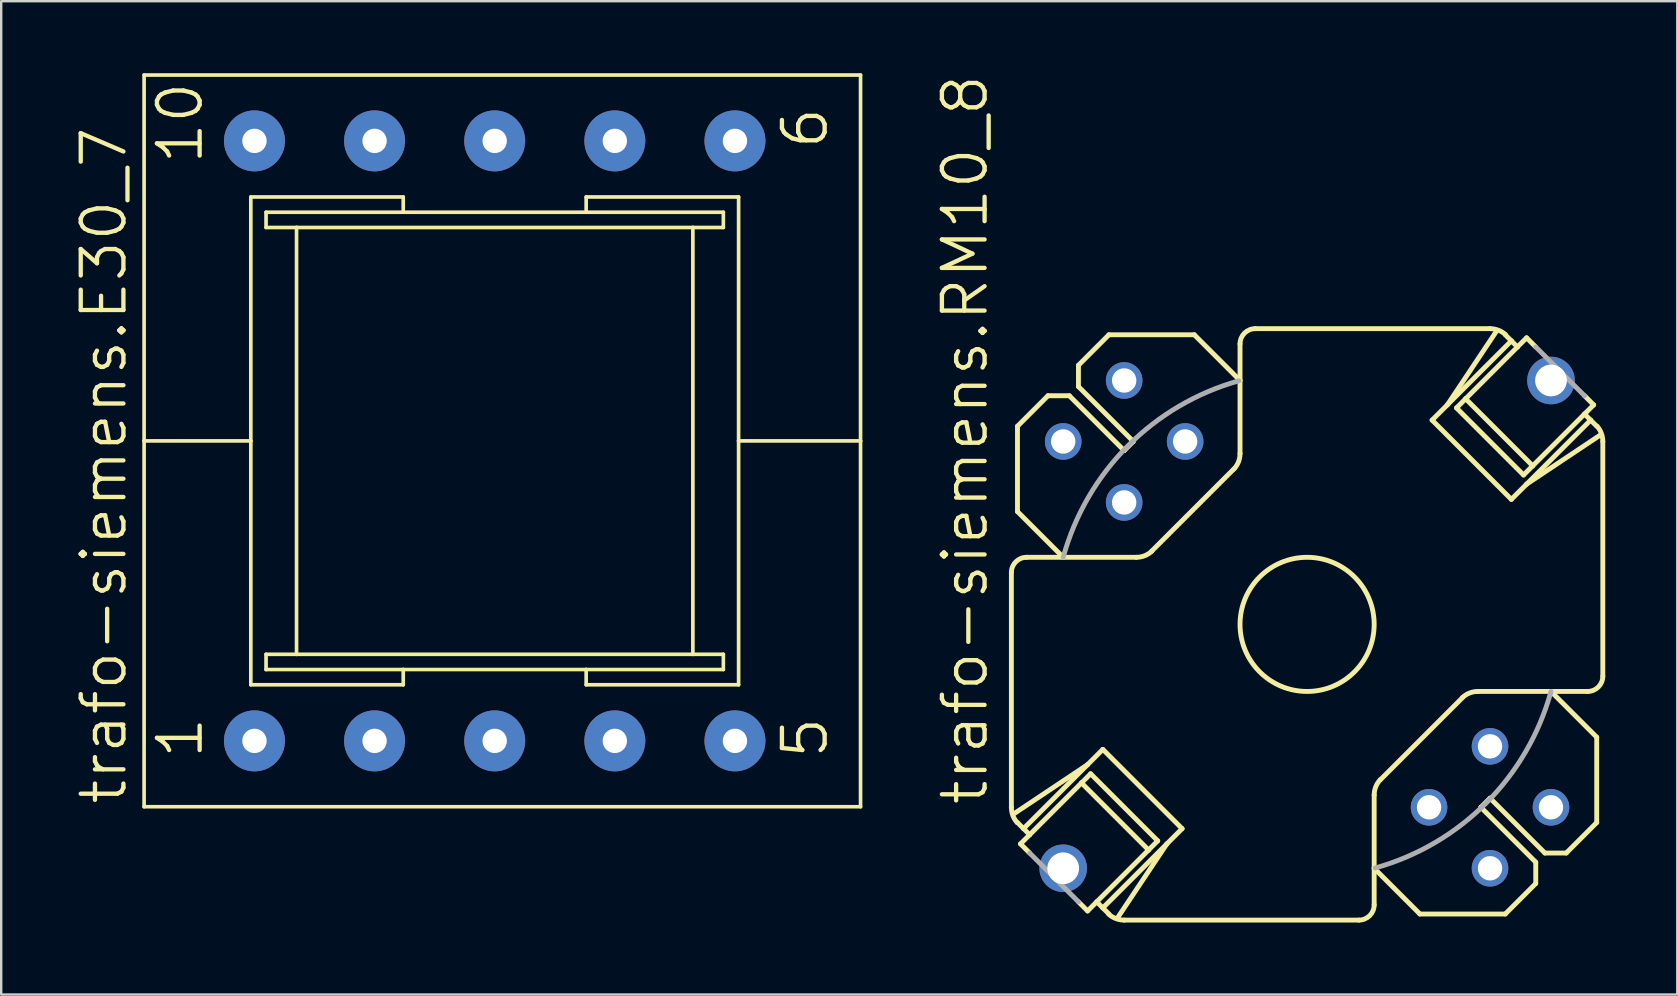
<source format=kicad_pcb>
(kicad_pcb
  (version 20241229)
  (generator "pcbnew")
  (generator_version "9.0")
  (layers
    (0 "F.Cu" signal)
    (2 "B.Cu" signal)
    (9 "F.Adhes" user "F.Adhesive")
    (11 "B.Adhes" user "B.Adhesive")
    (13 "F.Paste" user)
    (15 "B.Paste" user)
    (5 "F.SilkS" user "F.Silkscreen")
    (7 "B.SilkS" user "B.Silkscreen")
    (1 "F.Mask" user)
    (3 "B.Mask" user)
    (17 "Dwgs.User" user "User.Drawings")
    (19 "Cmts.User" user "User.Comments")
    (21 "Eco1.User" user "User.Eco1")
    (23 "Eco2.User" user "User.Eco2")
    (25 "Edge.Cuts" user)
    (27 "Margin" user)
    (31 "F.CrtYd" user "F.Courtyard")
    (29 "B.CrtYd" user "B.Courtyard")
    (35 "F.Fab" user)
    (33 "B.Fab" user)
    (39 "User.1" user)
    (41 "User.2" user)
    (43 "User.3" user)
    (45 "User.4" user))
  (footprint "trafo-siemens.E30_7"
    (layer "F.Cu")
    (at 17.558 15.316)
    (property "Reference" "trafo-siemens.E30_7" (at -15.24 15.24 90) (layer "F.SilkS") (effects (font (size 1.778 1.778) (thickness 0.18)) (justify left bottom)))
    (attr through_hole)
    (fp_line (start -14.605 -15.24) (end 15.24 -15.24) (stroke (width 0.152) (type default)) (layer "F.SilkS"))
    (fp_line (start -14.605 0) (end -14.605 -15.24) (stroke (width 0.152) (type default)) (layer "F.SilkS"))
    (fp_line (start -14.605 15.24) (end -14.605 0) (stroke (width 0.152) (type default)) (layer "F.SilkS"))
    (fp_line (start -10.16 -10.16) (end -10.16 0) (stroke (width 0.152) (type default)) (layer "F.SilkS"))
    (fp_line (start -10.16 -10.16) (end -3.81 -10.16) (stroke (width 0.152) (type default)) (layer "F.SilkS"))
    (fp_line (start -10.16 0) (end -14.605 0) (stroke (width 0.152) (type default)) (layer "F.SilkS"))
    (fp_line (start -10.16 0) (end -10.16 10.16) (stroke (width 0.152) (type default)) (layer "F.SilkS"))
    (fp_line (start -9.525 -9.525) (end -9.525 -8.89) (stroke (width 0.152) (type default)) (layer "F.SilkS"))
    (fp_line (start -9.525 -8.89) (end -8.255 -8.89) (stroke (width 0.152) (type default)) (layer "F.SilkS"))
    (fp_line (start -9.525 9.525) (end -9.525 8.89) (stroke (width 0.152) (type default)) (layer "F.SilkS"))
    (fp_line (start -9.525 9.525) (end -3.81 9.525) (stroke (width 0.152) (type default)) (layer "F.SilkS"))
    (fp_line (start -8.255 -8.89) (end -8.255 8.89) (stroke (width 0.152) (type default)) (layer "F.SilkS"))
    (fp_line (start -8.255 -8.89) (end 8.255 -8.89) (stroke (width 0.152) (type default)) (layer "F.SilkS"))
    (fp_line (start -8.255 8.89) (end -9.525 8.89) (stroke (width 0.152) (type default)) (layer "F.SilkS"))
    (fp_line (start -3.81 -10.16) (end -3.81 -9.525) (stroke (width 0.152) (type default)) (layer "F.SilkS"))
    (fp_line (start -3.81 -9.525) (end -9.525 -9.525) (stroke (width 0.152) (type default)) (layer "F.SilkS"))
    (fp_line (start -3.81 9.525) (end 3.81 9.525) (stroke (width 0.152) (type default)) (layer "F.SilkS"))
    (fp_line (start -3.81 10.16) (end -10.16 10.16) (stroke (width 0.152) (type default)) (layer "F.SilkS"))
    (fp_line (start -3.81 10.16) (end -3.81 9.525) (stroke (width 0.152) (type default)) (layer "F.SilkS"))
    (fp_line (start 3.81 -10.16) (end 3.81 -9.525) (stroke (width 0.152) (type default)) (layer "F.SilkS"))
    (fp_line (start 3.81 -10.16) (end 10.16 -10.16) (stroke (width 0.152) (type default)) (layer "F.SilkS"))
    (fp_line (start 3.81 -9.525) (end -3.81 -9.525) (stroke (width 0.152) (type default)) (layer "F.SilkS"))
    (fp_line (start 3.81 9.525) (end 9.525 9.525) (stroke (width 0.152) (type default)) (layer "F.SilkS"))
    (fp_line (start 3.81 10.16) (end 3.81 9.525) (stroke (width 0.152) (type default)) (layer "F.SilkS"))
    (fp_line (start 8.255 -8.89) (end 8.255 8.89) (stroke (width 0.152) (type default)) (layer "F.SilkS"))
    (fp_line (start 8.255 -8.89) (end 9.525 -8.89) (stroke (width 0.152) (type default)) (layer "F.SilkS"))
    (fp_line (start 8.255 8.89) (end -8.255 8.89) (stroke (width 0.152) (type default)) (layer "F.SilkS"))
    (fp_line (start 9.525 -9.525) (end 3.81 -9.525) (stroke (width 0.152) (type default)) (layer "F.SilkS"))
    (fp_line (start 9.525 -9.525) (end 9.525 -8.89) (stroke (width 0.152) (type default)) (layer "F.SilkS"))
    (fp_line (start 9.525 8.89) (end 8.255 8.89) (stroke (width 0.152) (type default)) (layer "F.SilkS"))
    (fp_line (start 9.525 8.89) (end 9.525 9.525) (stroke (width 0.152) (type default)) (layer "F.SilkS"))
    (fp_line (start 10.16 0) (end 10.16 -10.16) (stroke (width 0.152) (type default)) (layer "F.SilkS"))
    (fp_line (start 10.16 0) (end 15.24 0) (stroke (width 0.152) (type default)) (layer "F.SilkS"))
    (fp_line (start 10.16 10.16) (end 3.81 10.16) (stroke (width 0.152) (type default)) (layer "F.SilkS"))
    (fp_line (start 10.16 10.16) (end 10.16 0) (stroke (width 0.152) (type default)) (layer "F.SilkS"))
    (fp_line (start 15.24 0) (end 15.24 -15.24) (stroke (width 0.152) (type default)) (layer "F.SilkS"))
    (fp_line (start 15.24 15.24) (end -14.605 15.24) (stroke (width 0.152) (type default)) (layer "F.SilkS"))
    (fp_line (start 15.24 15.24) (end 15.24 0) (stroke (width 0.152) (type default)) (layer "F.SilkS"))
    (fp_text user "6" (at 13.97 -12.065 90) (layer "F.SilkS") (effects (font (size 1.778 1.778) (thickness 0.18)) (justify left bottom)))
    (fp_text user "10" (at -12.065 -11.43 90) (layer "F.SilkS") (effects (font (size 1.778 1.778) (thickness 0.18)) (justify left bottom)))
    (fp_text user "1" (at -12.065 13.335 90) (layer "F.SilkS") (effects (font (size 1.778 1.778) (thickness 0.18)) (justify left bottom)))
    (fp_text user "5" (at 13.97 13.335 90) (layer "F.SilkS") (effects (font (size 1.778 1.778) (thickness 0.18)) (justify left bottom)))
    (pad "1" thru_hole circle (at -10.008 12.497) (size 2.54 2.54) (drill 1.016) (layers "*.Cu" "*.Mask"))
    (pad "2" thru_hole circle (at -5.004 12.497) (size 2.54 2.54) (drill 1.016) (layers "*.Cu" "*.Mask"))
    (pad "3" thru_hole circle (at 0 12.497) (size 2.54 2.54) (drill 1.016) (layers "*.Cu" "*.Mask"))
    (pad "4" thru_hole circle (at 5.004 12.497) (size 2.54 2.54) (drill 1.016) (layers "*.Cu" "*.Mask"))
    (pad "5" thru_hole circle (at 10.008 12.497) (size 2.54 2.54) (drill 1.016) (layers "*.Cu" "*.Mask"))
    (pad "6" thru_hole circle (at 10.008 -12.497) (size 2.54 2.54) (drill 1.016) (layers "*.Cu" "*.Mask"))
    (pad "7" thru_hole circle (at 5.004 -12.497) (size 2.54 2.54) (drill 1.016) (layers "*.Cu" "*.Mask"))
    (pad "8" thru_hole circle (at 0 -12.497) (size 2.54 2.54) (drill 1.016) (layers "*.Cu" "*.Mask"))
    (pad "9" thru_hole circle (at -5.004 -12.497) (size 2.54 2.54) (drill 1.016) (layers "*.Cu" "*.Mask"))
    (pad "10" thru_hole circle (at -10.008 -12.497) (size 2.54 2.54) (drill 1.016) (layers "*.Cu" "*.Mask")))
  (footprint "trafo-siemens.RM10_8"
    (layer "F.Cu")
    (at 51.4 22.96)
    (property "Reference" "trafo-siemens.RM10_8" (at -13.208 7.62 90) (layer "F.SilkS") (effects (font (size 1.778 1.778) (thickness 0.18)) (justify left bottom)))
    (attr through_hole)
    (fp_line (start -12.319 7.62) (end -12.319 -2.159) (stroke (width 0.203) (type default)) (layer "F.SilkS"))
    (fp_line (start -12.192 7.874) (end -9.144 5.842) (stroke (width 0.203) (type default)) (layer "F.SilkS"))
    (fp_line (start -12.065 -8.255) (end -12.065 -4.699) (stroke (width 0.203) (type default)) (layer "F.SilkS"))
    (fp_line (start -11.811 8.509) (end -12.065 8.255) (stroke (width 0.203) (type default)) (layer "F.SilkS"))
    (fp_line (start -11.811 8.509) (end -9.144 5.842) (stroke (width 0.203) (type default)) (layer "F.SilkS"))
    (fp_line (start -11.557 8.763) (end -11.938 9.144) (stroke (width 0.203) (type default)) (layer "F.SilkS"))
    (fp_line (start -11.557 8.763) (end -11.811 8.509) (stroke (width 0.203) (type default)) (layer "F.SilkS"))
    (fp_line (start -11.557 9.525) (end -11.938 9.144) (stroke (width 0.203) (type default)) (layer "F.SilkS"))
    (fp_line (start -10.795 -9.525) (end -12.065 -8.255) (stroke (width 0.203) (type default)) (layer "F.SilkS"))
    (fp_line (start -10.16 -2.794) (end -12.065 -4.699) (stroke (width 0.203) (type default)) (layer "F.SilkS"))
    (fp_line (start -10.16 -2.794) (end -11.684 -2.794) (stroke (width 0.203) (type default)) (layer "F.SilkS"))
    (fp_line (start -10.16 -2.794) (end -7.112 -2.794) (stroke (width 0.203) (type default)) (layer "F.SilkS"))
    (fp_line (start -9.906 -9.525) (end -10.795 -9.525) (stroke (width 0.203) (type default)) (layer "F.SilkS"))
    (fp_line (start -9.906 -9.525) (end -7.62 -7.239) (stroke (width 0.203) (type default)) (layer "F.SilkS"))
    (fp_line (start -9.525 -10.795) (end -8.255 -12.065) (stroke (width 0.203) (type default)) (layer "F.SilkS"))
    (fp_line (start -9.525 -9.906) (end -9.525 -10.795) (stroke (width 0.203) (type default)) (layer "F.SilkS"))
    (fp_line (start -9.525 11.557) (end -9.144 11.938) (stroke (width 0.203) (type default)) (layer "F.SilkS"))
    (fp_line (start -9.398 6.604) (end -11.557 8.763) (stroke (width 0.203) (type default)) (layer "F.SilkS"))
    (fp_line (start -9.144 5.842) (end -8.509 5.207) (stroke (width 0.203) (type default)) (layer "F.SilkS"))
    (fp_line (start -9.144 11.938) (end -8.763 11.557) (stroke (width 0.203) (type default)) (layer "F.SilkS"))
    (fp_line (start -9.017 6.223) (end -9.398 6.604) (stroke (width 0.203) (type default)) (layer "F.SilkS"))
    (fp_line (start -8.763 11.557) (end -6.604 9.398) (stroke (width 0.203) (type default)) (layer "F.SilkS"))
    (fp_line (start -8.509 11.811) (end -8.763 11.557) (stroke (width 0.203) (type default)) (layer "F.SilkS"))
    (fp_line (start -8.509 11.811) (end -5.842 9.144) (stroke (width 0.203) (type default)) (layer "F.SilkS"))
    (fp_line (start -8.255 -12.065) (end -4.699 -12.065) (stroke (width 0.203) (type default)) (layer "F.SilkS"))
    (fp_line (start -8.255 12.065) (end -8.509 11.811) (stroke (width 0.203) (type default)) (layer "F.SilkS"))
    (fp_line (start -7.874 12.192) (end -5.842 9.144) (stroke (width 0.203) (type default)) (layer "F.SilkS"))
    (fp_line (start -7.62 -7.239) (end -7.239 -7.62) (stroke (width 0.203) (type default)) (layer "F.SilkS"))
    (fp_line (start -7.62 12.319) (end 2.159 12.319) (stroke (width 0.203) (type default)) (layer "F.SilkS"))
    (fp_line (start -7.239 -7.62) (end -9.525 -9.906) (stroke (width 0.203) (type default)) (layer "F.SilkS"))
    (fp_line (start -6.604 9.398) (end -9.398 6.604) (stroke (width 0.203) (type default)) (layer "F.SilkS"))
    (fp_line (start -6.604 9.398) (end -6.223 9.017) (stroke (width 0.203) (type default)) (layer "F.SilkS"))
    (fp_line (start -6.223 9.017) (end -9.017 6.223) (stroke (width 0.203) (type default)) (layer "F.SilkS"))
    (fp_line (start -5.842 9.144) (end -5.207 8.509) (stroke (width 0.203) (type default)) (layer "F.SilkS"))
    (fp_line (start -5.207 8.509) (end -8.509 5.207) (stroke (width 0.203) (type default)) (layer "F.SilkS"))
    (fp_line (start -3.048 -6.477) (end -6.477 -3.048) (stroke (width 0.203) (type default)) (layer "F.SilkS"))
    (fp_line (start -2.794 -10.16) (end -4.699 -12.065) (stroke (width 0.203) (type default)) (layer "F.SilkS"))
    (fp_line (start -2.794 -10.16) (end -2.794 -11.684) (stroke (width 0.203) (type default)) (layer "F.SilkS"))
    (fp_line (start -2.794 -10.16) (end -2.794 -7.112) (stroke (width 0.203) (type default)) (layer "F.SilkS"))
    (fp_line (start -2.159 -12.319) (end 7.62 -12.319) (stroke (width 0.203) (type default)) (layer "F.SilkS"))
    (fp_line (start 2.794 10.16) (end 2.794 7.112) (stroke (width 0.203) (type default)) (layer "F.SilkS"))
    (fp_line (start 2.794 10.16) (end 4.699 12.065) (stroke (width 0.203) (type default)) (layer "F.SilkS"))
    (fp_line (start 2.794 11.684) (end 2.794 10.16) (stroke (width 0.203) (type default)) (layer "F.SilkS"))
    (fp_line (start 5.207 -8.509) (end 8.509 -5.207) (stroke (width 0.203) (type default)) (layer "F.SilkS"))
    (fp_line (start 5.842 -9.144) (end 5.207 -8.509) (stroke (width 0.203) (type default)) (layer "F.SilkS"))
    (fp_line (start 6.223 -9.017) (end 9.017 -6.223) (stroke (width 0.203) (type default)) (layer "F.SilkS"))
    (fp_line (start 6.477 3.048) (end 3.048 6.477) (stroke (width 0.203) (type default)) (layer "F.SilkS"))
    (fp_line (start 6.604 -9.398) (end 6.223 -9.017) (stroke (width 0.203) (type default)) (layer "F.SilkS"))
    (fp_line (start 6.604 -9.398) (end 9.398 -6.604) (stroke (width 0.203) (type default)) (layer "F.SilkS"))
    (fp_line (start 7.239 7.62) (end 7.62 7.239) (stroke (width 0.203) (type default)) (layer "F.SilkS"))
    (fp_line (start 7.239 7.62) (end 9.525 9.906) (stroke (width 0.203) (type default)) (layer "F.SilkS"))
    (fp_line (start 7.874 -12.192) (end 5.842 -9.144) (stroke (width 0.203) (type default)) (layer "F.SilkS"))
    (fp_line (start 8.255 -12.065) (end 8.509 -11.811) (stroke (width 0.203) (type default)) (layer "F.SilkS"))
    (fp_line (start 8.255 12.065) (end 4.699 12.065) (stroke (width 0.203) (type default)) (layer "F.SilkS"))
    (fp_line (start 8.509 -11.811) (end 5.842 -9.144) (stroke (width 0.203) (type default)) (layer "F.SilkS"))
    (fp_line (start 8.763 -11.557) (end 6.604 -9.398) (stroke (width 0.203) (type default)) (layer "F.SilkS"))
    (fp_line (start 8.763 -11.557) (end 8.509 -11.811) (stroke (width 0.203) (type default)) (layer "F.SilkS"))
    (fp_line (start 9.017 -6.223) (end 9.398 -6.604) (stroke (width 0.203) (type default)) (layer "F.SilkS"))
    (fp_line (start 9.144 -11.938) (end 8.763 -11.557) (stroke (width 0.203) (type default)) (layer "F.SilkS"))
    (fp_line (start 9.144 -5.842) (end 8.509 -5.207) (stroke (width 0.203) (type default)) (layer "F.SilkS"))
    (fp_line (start 9.398 -6.604) (end 11.557 -8.763) (stroke (width 0.203) (type default)) (layer "F.SilkS"))
    (fp_line (start 9.525 -11.557) (end 9.144 -11.938) (stroke (width 0.203) (type default)) (layer "F.SilkS"))
    (fp_line (start 9.525 9.906) (end 9.525 10.795) (stroke (width 0.203) (type default)) (layer "F.SilkS"))
    (fp_line (start 9.525 10.795) (end 8.255 12.065) (stroke (width 0.203) (type default)) (layer "F.SilkS"))
    (fp_line (start 9.906 9.525) (end 7.62 7.239) (stroke (width 0.203) (type default)) (layer "F.SilkS"))
    (fp_line (start 9.906 9.525) (end 10.795 9.525) (stroke (width 0.203) (type default)) (layer "F.SilkS"))
    (fp_line (start 10.16 2.794) (end 7.112 2.794) (stroke (width 0.203) (type default)) (layer "F.SilkS"))
    (fp_line (start 10.16 2.794) (end 12.065 4.699) (stroke (width 0.203) (type default)) (layer "F.SilkS"))
    (fp_line (start 10.795 9.525) (end 12.065 8.255) (stroke (width 0.203) (type default)) (layer "F.SilkS"))
    (fp_line (start 11.557 -9.525) (end 11.938 -9.144) (stroke (width 0.203) (type default)) (layer "F.SilkS"))
    (fp_line (start 11.557 -8.763) (end 11.811 -8.509) (stroke (width 0.203) (type default)) (layer "F.SilkS"))
    (fp_line (start 11.557 -8.763) (end 11.938 -9.144) (stroke (width 0.203) (type default)) (layer "F.SilkS"))
    (fp_line (start 11.684 2.794) (end 10.16 2.794) (stroke (width 0.203) (type default)) (layer "F.SilkS"))
    (fp_line (start 11.811 -8.509) (end 9.144 -5.842) (stroke (width 0.203) (type default)) (layer "F.SilkS"))
    (fp_line (start 11.811 -8.509) (end 12.065 -8.255) (stroke (width 0.203) (type default)) (layer "F.SilkS"))
    (fp_line (start 12.065 8.255) (end 12.065 4.699) (stroke (width 0.203) (type default)) (layer "F.SilkS"))
    (fp_line (start 12.192 -7.874) (end 9.144 -5.842) (stroke (width 0.203) (type default)) (layer "F.SilkS"))
    (fp_line (start 12.319 -7.62) (end 12.319 2.159) (stroke (width 0.203) (type default)) (layer "F.SilkS"))
    (fp_arc (start -12.319 -2.159) (mid -12.133013 -2.608013) (end -11.684 -2.794) (stroke (width 0.2032) (type default)) (layer "F.SilkS"))
    (fp_arc (start -12.082 8.2533) (mid -12.257774 7.958083) (end -12.319 7.62) (stroke (width 0.2032) (type default)) (layer "F.SilkS"))
    (fp_arc (start -7.62 12.3191) (mid -7.963996 12.255663) (end -8.2628 12.0738) (stroke (width 0.2032) (type default)) (layer "F.SilkS"))
    (fp_arc (start -6.4735 -3.0442) (mid -6.769114 -2.858782) (end -7.112 -2.794) (stroke (width 0.2032) (type default)) (layer "F.SilkS"))
    (fp_arc (start -2.7941 -7.112) (mid -2.858828 -6.769122) (end -3.0442 -6.4735) (stroke (width 0.2032) (type default)) (layer "F.SilkS"))
    (fp_arc (start -2.794 -11.684) (mid -2.608013 -12.133013) (end -2.159 -12.319) (stroke (width 0.2032) (type default)) (layer "F.SilkS"))
    (fp_arc (start 2.794 7.112) (mid 2.858782 6.769114) (end 3.0442 6.4735) (stroke (width 0.2032) (type default)) (layer "F.SilkS"))
    (fp_arc (start 2.794 11.684) (mid 2.608013 12.133013) (end 2.159 12.319) (stroke (width 0.2032) (type default)) (layer "F.SilkS"))
    (fp_arc (start 6.4735 3.0442) (mid 6.76913 2.858875) (end 7.112 2.7942) (stroke (width 0.2032) (type default)) (layer "F.SilkS"))
    (fp_arc (start 7.62 -12.319) (mid 7.963988 -12.255616) (end 8.2628 -12.0738) (stroke (width 0.2032) (type default)) (layer "F.SilkS"))
    (fp_arc (start 12.0821 -8.2533) (mid 12.257914 -7.958089) (end 12.3192 -7.62) (stroke (width 0.2032) (type default)) (layer "F.SilkS"))
    (fp_arc (start 12.319 2.159) (mid 12.133013 2.608013) (end 11.684 2.794) (stroke (width 0.2032) (type default)) (layer "F.SilkS"))
    (fp_circle (center 0 0) (end 2.794 0) (stroke (width 0.203) (type default)) (fill no) (layer "F.SilkS"))
    (fp_line (start -9.525 11.557) (end -11.557 9.525) (stroke (width 0.203) (type default)) (layer "F.Fab"))
    (fp_line (start 9.525 -11.557) (end 11.557 -9.525) (stroke (width 0.203) (type default)) (layer "F.Fab"))
    (fp_arc (start -10.16 -2.794) (mid -7.468161 -7.433587) (end -2.8411 -10.1469) (stroke (width 0.2032) (type default)) (layer "F.Fab"))
    (fp_arc (start 10.16 2.794) (mid 7.468161 7.433587) (end 2.8411 10.1469) (stroke (width 0.2032) (type default)) (layer "F.Fab"))
    (pad "1" thru_hole circle (at -10.16 -7.62) (size 1.524 1.524) (drill 1.016) (layers "*.Cu" "*.Mask"))
    (pad "3" thru_hole circle (at -7.62 -5.08) (size 1.524 1.524) (drill 1.016) (layers "*.Cu" "*.Mask"))
    (pad "4" thru_hole circle (at 5.08 7.62) (size 1.524 1.524) (drill 1.016) (layers "*.Cu" "*.Mask"))
    (pad "6" thru_hole circle (at 7.62 10.16) (size 1.524 1.524) (drill 1.016) (layers "*.Cu" "*.Mask"))
    (pad "7" thru_hole circle (at 10.16 7.62) (size 1.524 1.524) (drill 1.016) (layers "*.Cu" "*.Mask"))
    (pad "9" thru_hole circle (at 7.62 5.08) (size 1.524 1.524) (drill 1.016) (layers "*.Cu" "*.Mask"))
    (pad "10" thru_hole circle (at -5.08 -7.62) (size 1.524 1.524) (drill 1.016) (layers "*.Cu" "*.Mask"))
    (pad "12" thru_hole circle (at -7.62 -10.16) (size 1.524 1.524) (drill 1.016) (layers "*.Cu" "*.Mask"))
    (pad "E1" thru_hole circle (at -10.16 10.16) (size 1.981 1.981) (drill 1.321) (layers "*.Cu" "*.Mask"))
    (pad "E2" thru_hole circle (at 10.16 -10.16) (size 1.981 1.981) (drill 1.321) (layers "*.Cu" "*.Mask")))
  (gr_rect
    (start -3 -3)
    (end 66.821 38.38)
    (stroke (width 0.1) (type default))
    (fill no)
    (layer "Edge.Cuts")))
</source>
